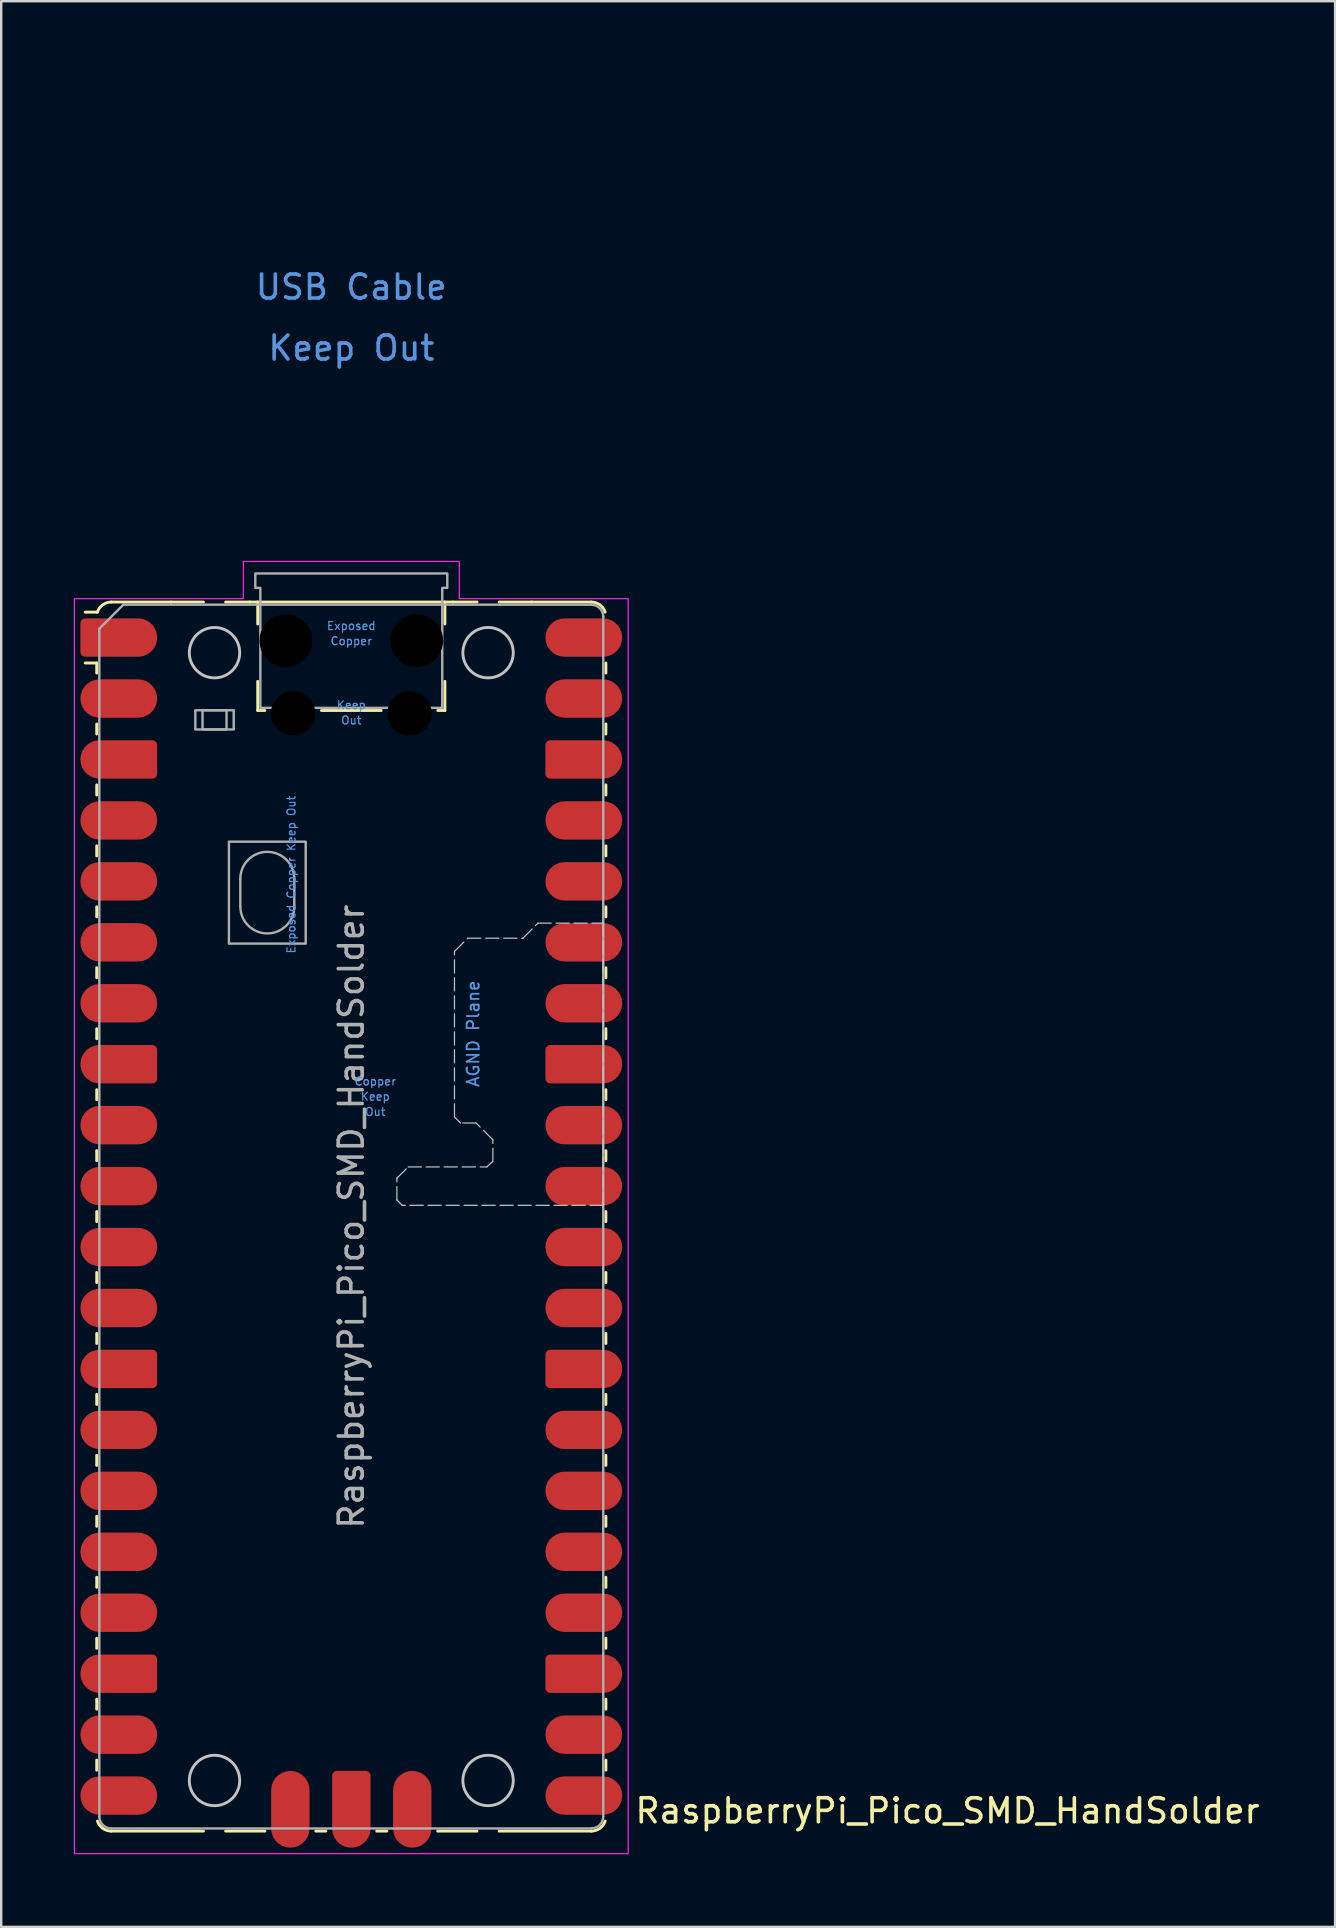
<source format=kicad_pcb>
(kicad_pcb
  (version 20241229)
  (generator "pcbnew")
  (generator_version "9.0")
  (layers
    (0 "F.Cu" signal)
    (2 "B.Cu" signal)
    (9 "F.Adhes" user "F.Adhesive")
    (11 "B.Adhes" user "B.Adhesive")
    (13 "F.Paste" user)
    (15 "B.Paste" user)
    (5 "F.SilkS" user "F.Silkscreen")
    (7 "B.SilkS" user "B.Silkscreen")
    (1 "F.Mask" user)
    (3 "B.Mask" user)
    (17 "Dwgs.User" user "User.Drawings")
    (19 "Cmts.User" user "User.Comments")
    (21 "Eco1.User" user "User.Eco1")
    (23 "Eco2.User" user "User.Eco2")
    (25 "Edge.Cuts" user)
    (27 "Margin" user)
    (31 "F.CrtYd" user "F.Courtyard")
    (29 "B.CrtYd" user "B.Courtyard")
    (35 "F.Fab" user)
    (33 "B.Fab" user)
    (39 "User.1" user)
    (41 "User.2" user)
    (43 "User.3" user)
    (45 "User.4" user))
  (footprint "RaspberryPi_Pico_SMD_HandSolder"
    (layer "F.Cu")
    (at 11.59 47.65)
    (property "Reference" "RaspberryPi_Pico_SMD_HandSolder" (at 11.748 24.765 0) (unlocked yes) (layer "F.SilkS") (effects (font (size 1 1) (thickness 0.15)) (justify left)))
    (attr smd)
    (fp_line (start -10.61 -23.07) (end -11.09 -23.07) (stroke (width 0.12) (type solid)) (layer "F.SilkS"))
    (fp_line (start -10.61 -23.07) (end -10.61 -22.65) (stroke (width 0.12) (type solid)) (layer "F.SilkS"))
    (fp_line (start -10.61 -20.53) (end -10.61 -20.11) (stroke (width 0.12) (type solid)) (layer "F.SilkS"))
    (fp_line (start -10.61 -17.99) (end -10.61 -17.57) (stroke (width 0.12) (type solid)) (layer "F.SilkS"))
    (fp_line (start -10.61 -15.45) (end -10.61 -15.03) (stroke (width 0.12) (type solid)) (layer "F.SilkS"))
    (fp_line (start -10.61 -12.91) (end -10.61 -12.49) (stroke (width 0.12) (type solid)) (layer "F.SilkS"))
    (fp_line (start -10.61 -10.37) (end -10.61 -9.95) (stroke (width 0.12) (type solid)) (layer "F.SilkS"))
    (fp_line (start -10.61 -7.83) (end -10.61 -7.41) (stroke (width 0.12) (type solid)) (layer "F.SilkS"))
    (fp_line (start -10.61 -5.29) (end -10.61 -4.87) (stroke (width 0.12) (type solid)) (layer "F.SilkS"))
    (fp_line (start -10.61 -2.75) (end -10.61 -2.33) (stroke (width 0.12) (type solid)) (layer "F.SilkS"))
    (fp_line (start -10.61 -0.21) (end -10.61 0.21) (stroke (width 0.12) (type solid)) (layer "F.SilkS"))
    (fp_line (start -10.61 2.33) (end -10.61 2.75) (stroke (width 0.12) (type solid)) (layer "F.SilkS"))
    (fp_line (start -10.61 4.87) (end -10.61 5.29) (stroke (width 0.12) (type solid)) (layer "F.SilkS"))
    (fp_line (start -10.61 7.41) (end -10.61 7.83) (stroke (width 0.12) (type solid)) (layer "F.SilkS"))
    (fp_line (start -10.61 9.95) (end -10.61 10.37) (stroke (width 0.12) (type solid)) (layer "F.SilkS"))
    (fp_line (start -10.61 12.49) (end -10.61 12.91) (stroke (width 0.12) (type solid)) (layer "F.SilkS"))
    (fp_line (start -10.61 15.03) (end -10.61 15.45) (stroke (width 0.12) (type solid)) (layer "F.SilkS"))
    (fp_line (start -10.61 17.57) (end -10.61 17.99) (stroke (width 0.12) (type solid)) (layer "F.SilkS"))
    (fp_line (start -10.61 20.11) (end -10.61 20.53) (stroke (width 0.12) (type solid)) (layer "F.SilkS"))
    (fp_line (start -10.61 22.65) (end -10.61 23.07) (stroke (width 0.12) (type solid)) (layer "F.SilkS"))
    (fp_line (start -10.58 -25.19) (end -11.09 -25.19) (stroke (width 0.12) (type solid)) (layer "F.SilkS"))
    (fp_line (start -10 -25.61) (end -7.51 -25.61) (stroke (width 0.12) (type solid)) (layer "F.SilkS"))
    (fp_line (start -10 25.61) (end -6.162 25.61) (stroke (width 0.12) (type solid)) (layer "F.SilkS"))
    (fp_line (start -7.51 -25.61) (end -6.162 -25.61) (stroke (width 0.12) (type solid)) (layer "F.SilkS"))
    (fp_line (start -5.238 -25.61) (end -4.235 -25.61) (stroke (width 0.12) (type solid)) (layer "F.SilkS"))
    (fp_line (start -4.235 -25.61) (end 4.235 -25.61) (stroke (width 0.12) (type solid)) (layer "F.SilkS"))
    (fp_line (start -3.9 -25.61) (end -3.9 -24.694) (stroke (width 0.12) (type solid)) (layer "F.SilkS"))
    (fp_line (start -3.9 -22.306) (end -3.9 -21.09) (stroke (width 0.12) (type solid)) (layer "F.SilkS"))
    (fp_line (start -3.9 -21.09) (end -3.604 -21.09) (stroke (width 0.12) (type solid)) (layer "F.SilkS"))
    (fp_line (start -3.6 25.61) (end -5.238 25.61) (stroke (width 0.12) (type solid)) (layer "F.SilkS"))
    (fp_line (start -1.48 25.61) (end -1.06 25.61) (stroke (width 0.12) (type solid)) (layer "F.SilkS"))
    (fp_line (start -1.246 -21.09) (end 1.246 -21.09) (stroke (width 0.12) (type solid)) (layer "F.SilkS"))
    (fp_line (start 1.06 25.61) (end 1.48 25.61) (stroke (width 0.12) (type solid)) (layer "F.SilkS"))
    (fp_line (start 3.604 -21.09) (end 3.9 -21.09) (stroke (width 0.12) (type solid)) (layer "F.SilkS"))
    (fp_line (start 3.9 -25.61) (end 3.9 -24.694) (stroke (width 0.12) (type solid)) (layer "F.SilkS"))
    (fp_line (start 3.9 -22.306) (end 3.9 -21.09) (stroke (width 0.12) (type solid)) (layer "F.SilkS"))
    (fp_line (start 4.235 -25.61) (end 5.238 -25.61) (stroke (width 0.12) (type solid)) (layer "F.SilkS"))
    (fp_line (start 5.238 25.61) (end 3.6 25.61) (stroke (width 0.12) (type solid)) (layer "F.SilkS"))
    (fp_line (start 6.162 -25.61) (end 7.51 -25.61) (stroke (width 0.12) (type solid)) (layer "F.SilkS"))
    (fp_line (start 6.162 25.61) (end 10 25.61) (stroke (width 0.12) (type solid)) (layer "F.SilkS"))
    (fp_line (start 10 -25.61) (end 7.51 -25.61) (stroke (width 0.12) (type solid)) (layer "F.SilkS"))
    (fp_line (start 10.61 -23.07) (end 10.61 -22.65) (stroke (width 0.12) (type solid)) (layer "F.SilkS"))
    (fp_line (start 10.61 -20.53) (end 10.61 -20.11) (stroke (width 0.12) (type solid)) (layer "F.SilkS"))
    (fp_line (start 10.61 -17.99) (end 10.61 -17.57) (stroke (width 0.12) (type solid)) (layer "F.SilkS"))
    (fp_line (start 10.61 -15.45) (end 10.61 -15.03) (stroke (width 0.12) (type solid)) (layer "F.SilkS"))
    (fp_line (start 10.61 -12.91) (end 10.61 -12.49) (stroke (width 0.12) (type solid)) (layer "F.SilkS"))
    (fp_line (start 10.61 -10.37) (end 10.61 -9.95) (stroke (width 0.12) (type solid)) (layer "F.SilkS"))
    (fp_line (start 10.61 -7.83) (end 10.61 -7.41) (stroke (width 0.12) (type solid)) (layer "F.SilkS"))
    (fp_line (start 10.61 -5.29) (end 10.61 -4.87) (stroke (width 0.12) (type solid)) (layer "F.SilkS"))
    (fp_line (start 10.61 -2.75) (end 10.61 -2.33) (stroke (width 0.12) (type solid)) (layer "F.SilkS"))
    (fp_line (start 10.61 -0.21) (end 10.61 0.21) (stroke (width 0.12) (type solid)) (layer "F.SilkS"))
    (fp_line (start 10.61 2.33) (end 10.61 2.75) (stroke (width 0.12) (type solid)) (layer "F.SilkS"))
    (fp_line (start 10.61 4.87) (end 10.61 5.29) (stroke (width 0.12) (type solid)) (layer "F.SilkS"))
    (fp_line (start 10.61 7.41) (end 10.61 7.83) (stroke (width 0.12) (type solid)) (layer "F.SilkS"))
    (fp_line (start 10.61 9.95) (end 10.61 10.37) (stroke (width 0.12) (type solid)) (layer "F.SilkS"))
    (fp_line (start 10.61 12.49) (end 10.61 12.91) (stroke (width 0.12) (type solid)) (layer "F.SilkS"))
    (fp_line (start 10.61 15.03) (end 10.61 15.45) (stroke (width 0.12) (type solid)) (layer "F.SilkS"))
    (fp_line (start 10.61 17.57) (end 10.61 17.99) (stroke (width 0.12) (type solid)) (layer "F.SilkS"))
    (fp_line (start 10.61 20.11) (end 10.61 20.53) (stroke (width 0.12) (type solid)) (layer "F.SilkS"))
    (fp_line (start 10.61 22.65) (end 10.61 23.07) (stroke (width 0.12) (type solid)) (layer "F.SilkS"))
    (fp_arc (start -10.579676 -25.19) (mid -10.357938 -25.493944) (end -10 -25.61) (stroke (width 0.12) (type solid)) (layer "F.SilkS"))
    (fp_arc (start -10 25.61) (mid -10.357937 25.493944) (end -10.579676 25.189937) (stroke (width 0.12) (type solid)) (layer "F.SilkS"))
    (fp_arc (start 10 -25.61) (mid 10.357937 -25.493944) (end 10.579676 -25.189937) (stroke (width 0.12) (type solid)) (layer "F.SilkS"))
    (fp_arc (start 10.579676 25.189937) (mid 10.357958 25.493991) (end 10 25.61) (stroke (width 0.12) (type solid)) (layer "F.SilkS"))
    (fp_circle (center -5.7 -23.5) (end -4.65 -23.5) (stroke (width 0.12) (type solid)) (fill no) (layer "Dwgs.User"))
    (fp_circle (center -5.7 23.5) (end -4.65 23.5) (stroke (width 0.12) (type solid)) (fill no) (layer "Dwgs.User"))
    (fp_circle (center 5.7 -23.5) (end 6.75 -23.5) (stroke (width 0.12) (type solid)) (fill no) (layer "Dwgs.User"))
    (fp_circle (center 5.7 23.5) (end 6.75 23.5) (stroke (width 0.12) (type solid)) (fill no) (layer "Dwgs.User"))
    (fp_poly (pts (xy 10.5 -0.47) (xy 2.12 -0.47) (xy 1.9 -0.7) (xy 1.9 -1.6) (xy 2.37 -2.07) (xy 5.65 -2.07) (xy 5.9 -2.3) (xy 5.9 -3.2) (xy 5.2 -3.9) (xy 4.55 -3.9) (xy 4.3 -4.15) (xy 4.3 -11.05) (xy 4.85 -11.6) (xy 7.15 -11.6) (xy 7.78 -12.23) (xy 10.5 -12.23)) (stroke (width 0.05) (type dash)) (fill no) (layer "Dwgs.User"))
    (fp_poly (pts (xy -4.5 -27.3) (xy 4.5 -27.3) (xy 4.5 -25.75) (xy 11.54 -25.75) (xy 11.54 26.55) (xy -11.54 26.55) (xy -11.54 -25.75) (xy -4.5 -25.75)) (stroke (width 0.05) (type solid)) (fill no) (layer "F.CrtYd"))
    (fp_line (start -10.5 -24.5) (end -9.5 -25.5) (stroke (width 0.1) (type solid)) (layer "F.Fab"))
    (fp_line (start -10.5 25) (end -10.5 -24.5) (stroke (width 0.1) (type solid)) (layer "F.Fab"))
    (fp_line (start -9.5 -25.5) (end 10 -25.5) (stroke (width 0.1) (type solid)) (layer "F.Fab"))
    (fp_line (start -4.625 -14.075) (end -4.625 -12.925) (stroke (width 0.1) (type solid)) (layer "F.Fab"))
    (fp_line (start -2.375 -14.075) (end -2.375 -12.925) (stroke (width 0.1) (type solid)) (layer "F.Fab"))
    (fp_line (start 10 25.5) (end -10 25.5) (stroke (width 0.1) (type solid)) (layer "F.Fab"))
    (fp_line (start 10.5 -25) (end 10.5 25) (stroke (width 0.1) (type solid)) (layer "F.Fab"))
    (fp_rect (start -6.5 -21.1) (end -4.9 -20.3) (stroke (width 0.1) (type solid)) (fill no) (layer "F.Fab"))
    (fp_rect (start -6.2 -21.1) (end -5.2 -20.3) (stroke (width 0.1) (type solid)) (fill no) (layer "F.Fab"))
    (fp_rect (start -5.1 -15.625) (end -1.9 -11.375) (stroke (width 0.1) (type solid)) (fill no) (layer "F.Fab"))
    (fp_arc (start -10 25.5) (mid -10.353553 25.353553) (end -10.5 25) (stroke (width 0.1) (type solid)) (layer "F.Fab"))
    (fp_arc (start -4.625 -14.075) (mid -3.5 -15.2) (end -2.375 -14.075) (stroke (width 0.1) (type solid)) (layer "F.Fab"))
    (fp_arc (start -2.375 -12.925) (mid -3.5 -11.8) (end -4.625 -12.925) (stroke (width 0.1) (type solid)) (layer "F.Fab"))
    (fp_arc (start 10 -25.5) (mid 10.353553 -25.353553) (end 10.5 -25) (stroke (width 0.1) (type solid)) (layer "F.Fab"))
    (fp_arc (start 10.5 25) (mid 10.353553 25.353553) (end 10 25.5) (stroke (width 0.1) (type solid)) (layer "F.Fab"))
    (fp_poly (pts (xy 3.79 -21.2) (xy 3.79 -26.2) (xy 4 -26.2) (xy 4 -26.8) (xy -4 -26.8) (xy -4 -26.2) (xy -3.79 -26.2) (xy -3.79 -21.2)) (stroke (width 0.1) (type solid)) (fill no) (layer "F.Fab"))
    (fp_text user "Keep" (at 1 -5 0) (unlocked yes) (layer "Cmts.User") (effects (font (size 0.333 0.333) (thickness 0.05))))
    (fp_text user "Out" (at 0 -20.683 0) (unlocked yes) (layer "Cmts.User") (effects (font (size 0.333 0.333) (thickness 0.05))))
    (fp_text user "Out" (at 1 -4.365 0) (unlocked yes) (layer "Cmts.User") (effects (font (size 0.333 0.333) (thickness 0.05))))
    (fp_text user "Copper" (at 1 -5.635 0) (unlocked yes) (layer "Cmts.User") (effects (font (size 0.333 0.333) (thickness 0.05))))
    (fp_text user "Exposed" (at 0 -24.617 0) (unlocked yes) (layer "Cmts.User") (effects (font (size 0.333 0.333) (thickness 0.05))))
    (fp_text user "Keep" (at 0 -21.317 0) (unlocked yes) (layer "Cmts.User") (effects (font (size 0.333 0.333) (thickness 0.05))))
    (fp_text user "Copper" (at 0 -23.983 0) (unlocked yes) (layer "Cmts.User") (effects (font (size 0.333 0.333) (thickness 0.05))))
    (fp_text user "Exposed Copper Keep Out" (at -2.5 -14.25 90) (unlocked yes) (layer "Cmts.User") (effects (font (size 0.333 0.333) (thickness 0.05))))
    (fp_text user "USB Cable" (at 0 -38.735 0) (unlocked yes) (layer "Cmts.User") (effects (font (size 1 1) (thickness 0.15))))
    (fp_text user "AGND Plane" (at 5.08 -7.62 90) (unlocked yes) (layer "Cmts.User") (effects (font (size 0.5 0.5) (thickness 0.075))))
    (fp_text user "Keep Out" (at 0 -36.195 0) (unlocked yes) (layer "Cmts.User") (effects (font (size 1 1) (thickness 0.15))))
    (fp_text user "${REFERENCE}" (at 0 0 90) (layer "F.Fab") (effects (font (size 1 1) (thickness 0.15))))
    (pad "" smd rect (at -8.89 -24.13) (size 3.8 2.2) (drill (offset -0.8 0)) (layers "F.Paste"))
    (pad "" smd rect (at -8.89 -21.59) (size 3.8 2.2) (drill (offset -0.8 0)) (layers "F.Paste"))
    (pad "" smd rect (at -8.89 -19.05) (size 3.8 2.2) (drill (offset -0.8 0)) (layers "F.Paste"))
    (pad "" smd rect (at -8.89 -16.51) (size 3.8 2.2) (drill (offset -0.8 0)) (layers "F.Paste"))
    (pad "" smd rect (at -8.89 -13.97) (size 3.8 2.2) (drill (offset -0.8 0)) (layers "F.Paste"))
    (pad "" smd rect (at -8.89 -11.43) (size 3.8 2.2) (drill (offset -0.8 0)) (layers "F.Paste"))
    (pad "" smd rect (at -8.89 -8.89) (size 3.8 2.2) (drill (offset -0.8 0)) (layers "F.Paste"))
    (pad "" smd rect (at -8.89 -6.35) (size 3.8 2.2) (drill (offset -0.8 0)) (layers "F.Paste"))
    (pad "" smd rect (at -8.89 -3.81) (size 3.8 2.2) (drill (offset -0.8 0)) (layers "F.Paste"))
    (pad "" smd rect (at -8.89 -1.27) (size 3.8 2.2) (drill (offset -0.8 0)) (layers "F.Paste"))
    (pad "" smd rect (at -8.89 1.27) (size 3.8 2.2) (drill (offset -0.8 0)) (layers "F.Paste"))
    (pad "" smd rect (at -8.89 3.81) (size 3.8 2.2) (drill (offset -0.8 0)) (layers "F.Paste"))
    (pad "" smd rect (at -8.89 6.35) (size 3.8 2.2) (drill (offset -0.8 0)) (layers "F.Paste"))
    (pad "" smd rect (at -8.89 8.89) (size 3.8 2.2) (drill (offset -0.8 0)) (layers "F.Paste"))
    (pad "" smd rect (at -8.89 11.43) (size 3.8 2.2) (drill (offset -0.8 0)) (layers "F.Paste"))
    (pad "" smd rect (at -8.89 13.97) (size 3.8 2.2) (drill (offset -0.8 0)) (layers "F.Paste"))
    (pad "" smd rect (at -8.89 16.51) (size 3.8 2.2) (drill (offset -0.8 0)) (layers "F.Paste"))
    (pad "" smd rect (at -8.89 19.05) (size 3.8 2.2) (drill (offset -0.8 0)) (layers "F.Paste"))
    (pad "" smd rect (at -8.89 21.59) (size 3.8 2.2) (drill (offset -0.8 0)) (layers "F.Paste"))
    (pad "" smd rect (at -8.89 24.13) (size 3.8 2.2) (drill (offset -0.8 0)) (layers "F.Paste"))
    (pad "" np_thru_hole circle (at -2.725 -24) (size 2.2 2.2) (drill 2.2) (layers "*.Mask"))
    (pad "" smd rect (at -2.54 23.9) (size 2.2 3.8) (drill (offset 0 0.8)) (layers "F.Paste"))
    (pad "" np_thru_hole circle (at -2.425 -20.97) (size 1.85 1.85) (drill 1.85) (layers "*.Mask"))
    (pad "" smd rect (at 0 23.9) (size 2.2 3.8) (drill (offset 0 0.8)) (layers "F.Paste"))
    (pad "" np_thru_hole circle (at 2.425 -20.97) (size 1.85 1.85) (drill 1.85) (layers "*.Mask"))
    (pad "" smd rect (at 2.54 23.9) (size 2.2 3.8) (drill (offset 0 0.8)) (layers "F.Paste"))
    (pad "" np_thru_hole circle (at 2.725 -24) (size 2.2 2.2) (drill 2.2) (layers "*.Mask"))
    (pad "" smd rect (at 8.89 -24.13) (size 3.8 2.2) (drill (offset 0.8 0)) (layers "F.Paste"))
    (pad "" smd rect (at 8.89 -21.59) (size 3.8 2.2) (drill (offset 0.8 0)) (layers "F.Paste"))
    (pad "" smd rect (at 8.89 -19.05) (size 3.8 2.2) (drill (offset 0.8 0)) (layers "F.Paste"))
    (pad "" smd rect (at 8.89 -16.51) (size 3.8 2.2) (drill (offset 0.8 0)) (layers "F.Paste"))
    (pad "" smd rect (at 8.89 -13.97) (size 3.8 2.2) (drill (offset 0.8 0)) (layers "F.Paste"))
    (pad "" smd rect (at 8.89 -11.43) (size 3.8 2.2) (drill (offset 0.8 0)) (layers "F.Paste"))
    (pad "" smd rect (at 8.89 -8.89) (size 3.8 2.2) (drill (offset 0.8 0)) (layers "F.Paste"))
    (pad "" smd rect (at 8.89 -6.35) (size 3.8 2.2) (drill (offset 0.8 0)) (layers "F.Paste"))
    (pad "" smd rect (at 8.89 -3.81) (size 3.8 2.2) (drill (offset 0.8 0)) (layers "F.Paste"))
    (pad "" smd rect (at 8.89 -1.27) (size 3.8 2.2) (drill (offset 0.8 0)) (layers "F.Paste"))
    (pad "" smd rect (at 8.89 1.27) (size 3.8 2.2) (drill (offset 0.8 0)) (layers "F.Paste"))
    (pad "" smd rect (at 8.89 3.81) (size 3.8 2.2) (drill (offset 0.8 0)) (layers "F.Paste"))
    (pad "" smd rect (at 8.89 6.35) (size 3.8 2.2) (drill (offset 0.8 0)) (layers "F.Paste"))
    (pad "" smd rect (at 8.89 8.89) (size 3.8 2.2) (drill (offset 0.8 0)) (layers "F.Paste"))
    (pad "" smd rect (at 8.89 11.43) (size 3.8 2.2) (drill (offset 0.8 0)) (layers "F.Paste"))
    (pad "" smd rect (at 8.89 13.97) (size 3.8 2.2) (drill (offset 0.8 0)) (layers "F.Paste"))
    (pad "" smd rect (at 8.89 16.51) (size 3.8 2.2) (drill (offset 0.8 0)) (layers "F.Paste"))
    (pad "" smd rect (at 8.89 19.05) (size 3.8 2.2) (drill (offset 0.8 0)) (layers "F.Paste"))
    (pad "" smd rect (at 8.89 21.59) (size 3.8 2.2) (drill (offset 0.8 0)) (layers "F.Paste"))
    (pad "" smd rect (at 8.89 24.13) (size 3.8 2.2) (drill (offset 0.8 0)) (layers "F.Paste"))
    (pad "1" smd custom (at -9.69 -24.13) (size 1.6 0.8) (layers "F.Cu" "F.Mask") (options (anchor rect)) (primitives (gr_circle (center 0.8 0) (end 1.6 0) (width 0) (fill yes)) (gr_poly (pts (xy -1.6 -0.6) (xy -1.6 0.6) (xy -1.4 0.8) (xy 0.8 0.8) (xy 0.8 -0.8) (xy -1.4 -0.8)) (width 0) (fill yes)) (gr_circle (center -1.4 -0.6) (end -1.2 -0.6) (width 0) (fill yes)) (gr_circle (center -1.4 0.6) (end -1.2 0.6) (width 0) (fill yes))))
    (pad "2" smd roundrect (at -9.69 -21.59) (size 3.2 1.6) (layers "F.Cu" "F.Mask") (roundrect_rratio 0.5))
    (pad "3" smd custom (at -9.69 -19.05) (size 1.6 0.8) (layers "F.Cu" "F.Mask") (options (anchor rect)) (primitives (gr_circle (center -0.8 0) (end 0 0) (width 0) (fill yes)) (gr_poly (pts (xy 1.6 -0.6) (xy 1.6 0.6) (xy 1.4 0.8) (xy -0.8 0.8) (xy -0.8 -0.8) (xy 1.4 -0.8)) (width 0) (fill yes)) (gr_circle (center 1.4 -0.6) (end 1.6 -0.6) (width 0) (fill yes)) (gr_circle (center 1.4 0.6) (end 1.6 0.6) (width 0) (fill yes))))
    (pad "4" smd roundrect (at -9.69 -16.51) (size 3.2 1.6) (layers "F.Cu" "F.Mask") (roundrect_rratio 0.5))
    (pad "5" smd roundrect (at -9.69 -13.97) (size 3.2 1.6) (layers "F.Cu" "F.Mask") (roundrect_rratio 0.5))
    (pad "6" smd roundrect (at -9.69 -11.43) (size 3.2 1.6) (layers "F.Cu" "F.Mask") (roundrect_rratio 0.5))
    (pad "7" smd roundrect (at -9.69 -8.89) (size 3.2 1.6) (layers "F.Cu" "F.Mask") (roundrect_rratio 0.5))
    (pad "8" smd custom (at -9.69 -6.35) (size 1.6 0.8) (layers "F.Cu" "F.Mask") (options (anchor rect)) (primitives (gr_circle (center -0.8 0) (end 0 0) (width 0) (fill yes)) (gr_poly (pts (xy 1.6 -0.6) (xy 1.6 0.6) (xy 1.4 0.8) (xy -0.8 0.8) (xy -0.8 -0.8) (xy 1.4 -0.8)) (width 0) (fill yes)) (gr_circle (center 1.4 -0.6) (end 1.6 -0.6) (width 0) (fill yes)) (gr_circle (center 1.4 0.6) (end 1.6 0.6) (width 0) (fill yes))))
    (pad "9" smd roundrect (at -9.69 -3.81) (size 3.2 1.6) (layers "F.Cu" "F.Mask") (roundrect_rratio 0.5))
    (pad "10" smd roundrect (at -9.69 -1.27) (size 3.2 1.6) (layers "F.Cu" "F.Mask") (roundrect_rratio 0.5))
    (pad "11" smd roundrect (at -9.69 1.27) (size 3.2 1.6) (layers "F.Cu" "F.Mask") (roundrect_rratio 0.5))
    (pad "12" smd roundrect (at -9.69 3.81) (size 3.2 1.6) (layers "F.Cu" "F.Mask") (roundrect_rratio 0.5))
    (pad "13" smd custom (at -9.69 6.35) (size 1.6 0.8) (layers "F.Cu" "F.Mask") (options (anchor rect)) (primitives (gr_circle (center -0.8 0) (end 0 0) (width 0) (fill yes)) (gr_poly (pts (xy 1.6 -0.6) (xy 1.6 0.6) (xy 1.4 0.8) (xy -0.8 0.8) (xy -0.8 -0.8) (xy 1.4 -0.8)) (width 0) (fill yes)) (gr_circle (center 1.4 -0.6) (end 1.6 -0.6) (width 0) (fill yes)) (gr_circle (center 1.4 0.6) (end 1.6 0.6) (width 0) (fill yes))))
    (pad "14" smd roundrect (at -9.69 8.89) (size 3.2 1.6) (layers "F.Cu" "F.Mask") (roundrect_rratio 0.5))
    (pad "15" smd roundrect (at -9.69 11.43) (size 3.2 1.6) (layers "F.Cu" "F.Mask") (roundrect_rratio 0.5))
    (pad "16" smd roundrect (at -9.69 13.97) (size 3.2 1.6) (layers "F.Cu" "F.Mask") (roundrect_rratio 0.5))
    (pad "17" smd roundrect (at -9.69 16.51) (size 3.2 1.6) (layers "F.Cu" "F.Mask") (roundrect_rratio 0.5))
    (pad "18" smd custom (at -9.69 19.05) (size 1.6 0.8) (layers "F.Cu" "F.Mask") (options (anchor rect)) (primitives (gr_circle (center -0.8 0) (end 0 0) (width 0) (fill yes)) (gr_poly (pts (xy 1.6 -0.6) (xy 1.6 0.6) (xy 1.4 0.8) (xy -0.8 0.8) (xy -0.8 -0.8) (xy 1.4 -0.8)) (width 0) (fill yes)) (gr_circle (center 1.4 -0.6) (end 1.6 -0.6) (width 0) (fill yes)) (gr_circle (center 1.4 0.6) (end 1.6 0.6) (width 0) (fill yes))))
    (pad "19" smd roundrect (at -9.69 21.59) (size 3.2 1.6) (layers "F.Cu" "F.Mask") (roundrect_rratio 0.5))
    (pad "20" smd roundrect (at -9.69 24.13) (size 3.2 1.6) (layers "F.Cu" "F.Mask") (roundrect_rratio 0.5))
    (pad "21" smd roundrect (at 9.69 24.13) (size 3.2 1.6) (layers "F.Cu" "F.Mask") (roundrect_rratio 0.5))
    (pad "22" smd roundrect (at 9.69 21.59) (size 3.2 1.6) (layers "F.Cu" "F.Mask") (roundrect_rratio 0.5))
    (pad "23" smd custom (at 9.69 19.05) (size 1.6 0.8) (layers "F.Cu" "F.Mask") (options (anchor rect)) (primitives (gr_circle (center 0.8 0) (end 1.6 0) (width 0) (fill yes)) (gr_poly (pts (xy -1.6 -0.6) (xy -1.6 0.6) (xy -1.4 0.8) (xy 0.8 0.8) (xy 0.8 -0.8) (xy -1.4 -0.8)) (width 0) (fill yes)) (gr_circle (center -1.4 -0.6) (end -1.2 -0.6) (width 0) (fill yes)) (gr_circle (center -1.4 0.6) (end -1.2 0.6) (width 0) (fill yes))))
    (pad "24" smd roundrect (at 9.69 16.51) (size 3.2 1.6) (layers "F.Cu" "F.Mask") (roundrect_rratio 0.5))
    (pad "25" smd roundrect (at 9.69 13.97) (size 3.2 1.6) (layers "F.Cu" "F.Mask") (roundrect_rratio 0.5))
    (pad "26" smd roundrect (at 9.69 11.43) (size 3.2 1.6) (layers "F.Cu" "F.Mask") (roundrect_rratio 0.5))
    (pad "27" smd roundrect (at 9.69 8.89) (size 3.2 1.6) (layers "F.Cu" "F.Mask") (roundrect_rratio 0.5))
    (pad "28" smd custom (at 9.69 6.35) (size 1.6 0.8) (layers "F.Cu" "F.Mask") (options (anchor rect)) (primitives (gr_circle (center 0.8 0) (end 1.6 0) (width 0) (fill yes)) (gr_poly (pts (xy -1.6 -0.6) (xy -1.6 0.6) (xy -1.4 0.8) (xy 0.8 0.8) (xy 0.8 -0.8) (xy -1.4 -0.8)) (width 0) (fill yes)) (gr_circle (center -1.4 -0.6) (end -1.2 -0.6) (width 0) (fill yes)) (gr_circle (center -1.4 0.6) (end -1.2 0.6) (width 0) (fill yes))))
    (pad "29" smd roundrect (at 9.69 3.81) (size 3.2 1.6) (layers "F.Cu" "F.Mask") (roundrect_rratio 0.5))
    (pad "30" smd roundrect (at 9.69 1.27) (size 3.2 1.6) (layers "F.Cu" "F.Mask") (roundrect_rratio 0.5))
    (pad "31" smd roundrect (at 9.69 -1.27) (size 3.2 1.6) (layers "F.Cu" "F.Mask") (roundrect_rratio 0.5))
    (pad "32" smd roundrect (at 9.69 -3.81) (size 3.2 1.6) (layers "F.Cu" "F.Mask") (roundrect_rratio 0.5))
    (pad "33" smd custom (at 9.69 -6.35) (size 1.6 0.8) (layers "F.Cu" "F.Mask") (options (anchor rect)) (primitives (gr_circle (center 0.8 0) (end 1.6 0) (width 0) (fill yes)) (gr_poly (pts (xy -1.6 -0.6) (xy -1.6 0.6) (xy -1.4 0.8) (xy 0.8 0.8) (xy 0.8 -0.8) (xy -1.4 -0.8)) (width 0) (fill yes)) (gr_circle (center -1.4 -0.6) (end -1.2 -0.6) (width 0) (fill yes)) (gr_circle (center -1.4 0.6) (end -1.2 0.6) (width 0) (fill yes))))
    (pad "34" smd roundrect (at 9.69 -8.89) (size 3.2 1.6) (layers "F.Cu" "F.Mask") (roundrect_rratio 0.5))
    (pad "35" smd roundrect (at 9.69 -11.43) (size 3.2 1.6) (layers "F.Cu" "F.Mask") (roundrect_rratio 0.5))
    (pad "36" smd roundrect (at 9.69 -13.97) (size 3.2 1.6) (layers "F.Cu" "F.Mask") (roundrect_rratio 0.5))
    (pad "37" smd roundrect (at 9.69 -16.51) (size 3.2 1.6) (layers "F.Cu" "F.Mask") (roundrect_rratio 0.5))
    (pad "38" smd custom (at 9.69 -19.05) (size 1.6 0.8) (layers "F.Cu" "F.Mask") (options (anchor rect)) (primitives (gr_circle (center 0.8 0) (end 1.6 0) (width 0) (fill yes)) (gr_poly (pts (xy -1.6 -0.6) (xy -1.6 0.6) (xy -1.4 0.8) (xy 0.8 0.8) (xy 0.8 -0.8) (xy -1.4 -0.8)) (width 0) (fill yes)) (gr_circle (center -1.4 -0.6) (end -1.2 -0.6) (width 0) (fill yes)) (gr_circle (center -1.4 0.6) (end -1.2 0.6) (width 0) (fill yes))))
    (pad "39" smd roundrect (at 9.69 -21.59) (size 3.2 1.6) (layers "F.Cu" "F.Mask") (roundrect_rratio 0.5))
    (pad "40" smd roundrect (at 9.69 -24.13) (size 3.2 1.6) (layers "F.Cu" "F.Mask") (roundrect_rratio 0.5))
    (pad "D1" smd roundrect (at -2.54 23.9 90) (size 3.2 1.6) (drill (offset -0.8 0)) (layers "F.Cu" "F.Mask") (roundrect_rratio 0.5))
    (pad "D2" smd custom (at 0 23.9 270) (size 1.6 1.6) (layers "F.Cu" "F.Mask") (options (anchor circle)) (primitives (gr_poly (pts (xy -0.8 -0.6) (xy -0.8 0.6) (xy -0.6 0.8) (xy 1.6 0.8) (xy 1.6 -0.8) (xy -0.6 -0.8)) (width 0) (fill yes)) (gr_circle (center -0.6 0.6) (end -0.4 0.6) (width 0) (fill yes)) (gr_circle (center -0.6 -0.6) (end -0.4 -0.6) (width 0) (fill yes)) (gr_circle (center 1.6 0) (end 2.4 0) (width 0) (fill yes))))
    (pad "D3" smd roundrect (at 2.54 23.9 90) (size 3.2 1.6) (drill (offset -0.8 0)) (layers "F.Cu" "F.Mask") (roundrect_rratio 0.5))
    (zone (net_name "") (layers "F.Cu" "F.Paste") (name "Pad Keep Out TP6") (hatch full 0.5) (connect_pads) (min_thickness 0.25) (filled_areas_thickness no) (keepout (tracks not_allowed) (vias not_allowed) (pads not_allowed) (copperpour not_allowed) (footprints allowed)) (placement (enabled no)) (fill) (polygon (pts (xy 8.574 37.598) (xy 8.448 37.564) (xy 8.334 37.498) (xy 8.242 37.406) (xy 8.176 37.292) (xy 8.142 37.166) (xy 8.14 37.1) (xy 8.14 33.4) (xy 10.04 33.4) (xy 10.04 37.1) (xy 10.038 37.166) (xy 10.004 37.292) (xy 9.938 37.406) (xy 9.846 37.498) (xy 9.732 37.564) (xy 9.606 37.598) (xy 9.54 37.6) (xy 8.64 37.6))))
    (zone (net_name "") (layers "F.Cu" "F.Paste") (name "Pad Keep Out TP3") (hatch full 0.5) (connect_pads) (min_thickness 0.25) (filled_areas_thickness no) (keepout (tracks not_allowed) (vias not_allowed) (pads not_allowed) (copperpour not_allowed) (footprints allowed)) (placement (enabled no)) (fill) (polygon (pts (xy 9.642 22.834) (xy 9.676 22.708) (xy 9.742 22.594) (xy 9.834 22.502) (xy 9.948 22.436) (xy 10.074 22.402) (xy 10.14 22.4) (xy 10.59 22.4) (xy 10.59 24.3) (xy 10.14 24.3) (xy 10.074 24.298) (xy 9.948 24.264) (xy 9.834 24.198) (xy 9.742 24.106) (xy 9.676 23.992) (xy 9.642 23.866) (xy 9.64 23.8) (xy 9.64 22.9))))
    (zone (net_name "") (layers "F.Cu" "F.Paste") (name "Pad Keep Out TP4") (hatch full 0.5) (connect_pads) (min_thickness 0.25) (filled_areas_thickness no) (keepout (tracks not_allowed) (vias not_allowed) (pads not_allowed) (copperpour not_allowed) (footprints allowed)) (placement (enabled no)) (fill) (polygon (pts (xy 10.04 33.4) (xy 10.04 29.7) (xy 10.038 29.634) (xy 10.004 29.508) (xy 9.938 29.394) (xy 9.846 29.302) (xy 9.732 29.236) (xy 9.606 29.202) (xy 9.54 29.2) (xy 8.64 29.2) (xy 8.574 29.202) (xy 8.448 29.236) (xy 8.334 29.302) (xy 8.242 29.394) (xy 8.176 29.508) (xy 8.142 29.634) (xy 8.14 29.7) (xy 8.14 33.4))))
    (zone (net_name "") (layers "F.Cu" "F.Paste") (name "Pad Keep Out TP3") (hatch full 0.5) (connect_pads) (min_thickness 0.25) (filled_areas_thickness no) (keepout (tracks not_allowed) (vias not_allowed) (pads not_allowed) (copperpour not_allowed) (footprints allowed)) (placement (enabled no)) (fill) (polygon (pts (xy 10.59 24.3) (xy 11.04 24.3) (xy 11.106 24.298) (xy 11.232 24.264) (xy 11.346 24.198) (xy 11.438 24.106) (xy 11.504 23.992) (xy 11.538 23.866) (xy 11.54 23.8) (xy 11.54 22.9) (xy 11.538 22.834) (xy 11.504 22.708) (xy 11.438 22.594) (xy 11.346 22.502) (xy 11.232 22.436) (xy 11.106 22.402) (xy 11.04 22.4) (xy 10.59 22.4))))
    (zone (net_name "") (layers "F.Cu" "F.Paste") (name "Pad Keep Out TP1") (hatch full 0.5) (connect_pads) (min_thickness 0.25) (filled_areas_thickness no) (keepout (tracks not_allowed) (vias not_allowed) (pads not_allowed) (copperpour not_allowed) (footprints allowed)) (placement (enabled no)) (fill) (polygon (pts (xy 10.642 26.134) (xy 10.676 26.008) (xy 10.742 25.894) (xy 10.834 25.802) (xy 10.948 25.736) (xy 11.074 25.702) (xy 11.14 25.7) (xy 11.59 25.7) (xy 11.59 27.6) (xy 11.14 27.6) (xy 11.074 27.598) (xy 10.948 27.564) (xy 10.834 27.498) (xy 10.742 27.406) (xy 10.676 27.292) (xy 10.642 27.166) (xy 10.64 27.1) (xy 10.64 26.2))))
    (zone (net_name "") (layers "F.Cu" "F.Paste") (name "Pad Keep Out TP1") (hatch full 0.5) (connect_pads) (min_thickness 0.25) (filled_areas_thickness no) (keepout (tracks not_allowed) (vias not_allowed) (pads not_allowed) (copperpour not_allowed) (footprints allowed)) (placement (enabled no)) (fill) (polygon (pts (xy 11.59 27.6) (xy 12.04 27.6) (xy 12.106 27.598) (xy 12.232 27.564) (xy 12.346 27.498) (xy 12.438 27.406) (xy 12.504 27.292) (xy 12.538 27.166) (xy 12.54 27.1) (xy 12.54 26.2) (xy 12.538 26.134) (xy 12.504 26.008) (xy 12.438 25.894) (xy 12.346 25.802) (xy 12.232 25.736) (xy 12.106 25.702) (xy 12.04 25.7) (xy 11.59 25.7))))
    (zone (net_name "") (layers "F.Cu" "F.Paste") (name "Pad Keep Out TP2") (hatch full 0.5) (connect_pads) (min_thickness 0.25) (filled_areas_thickness no) (keepout (tracks not_allowed) (vias not_allowed) (pads not_allowed) (copperpour not_allowed) (footprints allowed)) (placement (enabled no)) (fill) (polygon (pts (xy 11.642 22.849) (xy 11.676 22.723) (xy 11.742 22.609) (xy 11.834 22.517) (xy 11.948 22.451) (xy 12.074 22.417) (xy 12.14 22.415) (xy 12.59 22.415) (xy 12.59 24.315) (xy 12.14 24.315) (xy 12.074 24.313) (xy 11.948 24.279) (xy 11.834 24.213) (xy 11.742 24.121) (xy 11.676 24.007) (xy 11.642 23.881) (xy 11.64 23.815) (xy 11.64 22.915))))
    (zone (net_name "") (layers "F.Cu" "F.Paste") (name "Pad Keep Out TP7") (hatch full 0.5) (connect_pads) (min_thickness 0.25) (filled_areas_thickness no) (keepout (tracks not_allowed) (vias not_allowed) (pads not_allowed) (copperpour not_allowed) (footprints allowed)) (placement (enabled no)) (fill) (polygon (pts (xy 11.642 42.134) (xy 11.676 42.008) (xy 11.742 41.894) (xy 11.834 41.802) (xy 11.948 41.736) (xy 12.074 41.702) (xy 12.14 41.7) (xy 12.59 41.7) (xy 12.59 43.6) (xy 12.14 43.6) (xy 12.074 43.598) (xy 11.948 43.564) (xy 11.834 43.498) (xy 11.742 43.406) (xy 11.676 43.292) (xy 11.642 43.166) (xy 11.64 43.1) (xy 11.64 42.2))))
    (zone (net_name "") (layers "F.Cu" "F.Paste") (name "Pad Keep Out TP2") (hatch full 0.5) (connect_pads) (min_thickness 0.25) (filled_areas_thickness no) (keepout (tracks not_allowed) (vias not_allowed) (pads not_allowed) (copperpour not_allowed) (footprints allowed)) (placement (enabled no)) (fill) (polygon (pts (xy 12.59 24.315) (xy 13.04 24.315) (xy 13.106 24.313) (xy 13.232 24.279) (xy 13.346 24.213) (xy 13.438 24.121) (xy 13.504 24.007) (xy 13.538 23.881) (xy 13.54 23.815) (xy 13.54 22.915) (xy 13.538 22.849) (xy 13.504 22.723) (xy 13.438 22.609) (xy 13.346 22.517) (xy 13.232 22.451) (xy 13.106 22.417) (xy 13.04 22.415) (xy 12.59 22.415))))
    (zone (net_name "") (layers "F.Cu" "F.Paste") (name "Pad Keep Out TP7") (hatch full 0.5) (connect_pads) (min_thickness 0.25) (filled_areas_thickness no) (keepout (tracks not_allowed) (vias not_allowed) (pads not_allowed) (copperpour not_allowed) (footprints allowed)) (placement (enabled no)) (fill) (polygon (pts (xy 12.59 43.6) (xy 13.04 43.6) (xy 13.106 43.598) (xy 13.232 43.564) (xy 13.346 43.498) (xy 13.438 43.406) (xy 13.504 43.292) (xy 13.538 43.166) (xy 13.54 43.1) (xy 13.54 42.2) (xy 13.538 42.134) (xy 13.504 42.008) (xy 13.438 41.894) (xy 13.346 41.802) (xy 13.232 41.736) (xy 13.106 41.702) (xy 13.04 41.7) (xy 12.59 41.7))))
    (zone (net_name "") (layer "Edge.Cuts") (name "Board Keep Out USB Cable") (hatch edge 0.5) (connect_pads) (min_thickness 0.254) (filled_areas_thickness no) (keepout (tracks allowed) (vias allowed) (pads allowed) (copperpour allowed) (footprints allowed)) (placement (enabled no)) (fill) (polygon (pts (xy 5.39 0) (xy 17.79 0) (xy 17.79 20.4) (xy 5.39 20.4))))
    (zone (net_name "") (layer "F.CrtYd") (name "USB Cable Keep Out") (hatch full 0.5) (connect_pads) (min_thickness 0.254) (filled_areas_thickness no) (keepout (tracks allowed) (vias allowed) (pads allowed) (copperpour allowed) (footprints not_allowed)) (placement (enabled no)) (fill) (polygon (pts (xy 5.84 19.95) (xy 7.65 19.95) (xy 7.65 20.35) (xy 15.53 20.35) (xy 15.53 19.95) (xy 17.34 19.95) (xy 17.34 0.45) (xy 5.84 0.45)))))
  (gr_rect
    (start -3 -3)
    (end 52.588 77.25)
    (stroke (width 0.1) (type default))
    (fill no)
    (layer "Edge.Cuts")))
</source>
